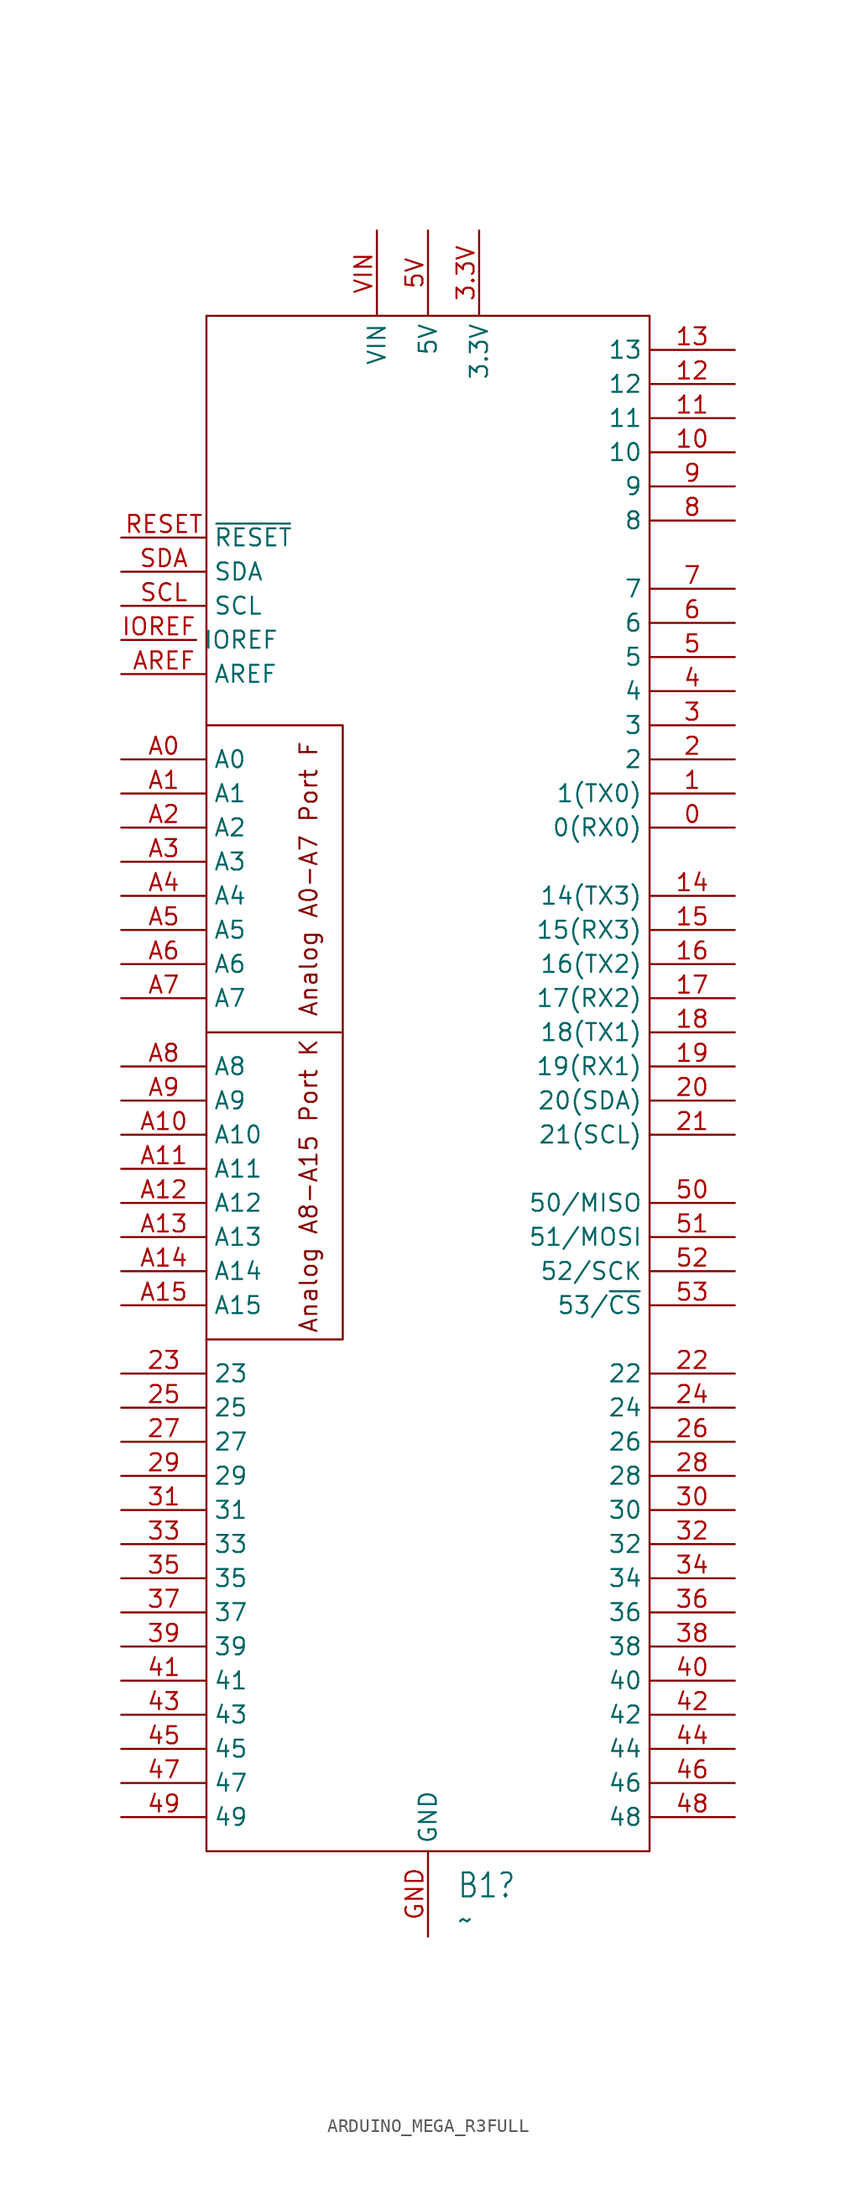
<source format=kicad_sym>
(kicad_symbol_lib
  (version 20241209)
  (generator "kicad_symbol_editor")
  (generator_version "9.0")
  (symbol "ARDUINO_MEGA_R3FULL"
    (property "Reference" "B1"
      (at 2.143 -58.42 0)
      (effects (font (size 1.778 1.511)) (justify left)))
    (property "Value" "~"
      (at 2.143 -60.96 0)
      (effects (font (size 1.778 1.511)) (justify left)))
    (property "ki_locked" ""
      (at 0 0 0)
      (effects (font (size 1.27 1.27))))
    (symbol "ARDUINO_MEGA_R3FULL_1_0"
      (pin bidirectional line (at -22.86 41.91 0) (length 6.35) (name "~{RESET}" (effects (font (size 1.27 1.27)))) (number "RESET" (effects (font (size 1.27 1.27)))))
      (pin bidirectional line (at -22.86 39.37 0) (length 6.35) (name "SDA" (effects (font (size 1.27 1.27)))) (number "SDA" (effects (font (size 1.27 1.27)))))
      (pin bidirectional line (at -22.86 36.83 0) (length 6.35) (name "SCL" (effects (font (size 1.27 1.27)))) (number "SCL" (effects (font (size 1.27 1.27)))))
      (pin bidirectional line (at -22.86 34.29 0) (length 5.588) (name "IOREF" (effects (font (size 1.27 1.27)))) (number "IOREF" (effects (font (size 1.27 1.27)))))
      (pin bidirectional line (at -22.86 31.75 0) (length 6.35) (name "AREF" (effects (font (size 1.27 1.27)))) (number "AREF" (effects (font (size 1.27 1.27)))))
      (pin input line (at -22.86 25.4 0) (length 6.35) (name "A0" (effects (font (size 1.27 1.27)))) (number "A0" (effects (font (size 1.27 1.27)))))
      (pin input line (at -22.86 22.86 0) (length 6.35) (name "A1" (effects (font (size 1.27 1.27)))) (number "A1" (effects (font (size 1.27 1.27)))))
      (pin input line (at -22.86 20.32 0) (length 6.35) (name "A2" (effects (font (size 1.27 1.27)))) (number "A2" (effects (font (size 1.27 1.27)))))
      (pin input line (at -22.86 17.78 0) (length 6.35) (name "A3" (effects (font (size 1.27 1.27)))) (number "A3" (effects (font (size 1.27 1.27)))))
      (pin input line (at -22.86 15.24 0) (length 6.35) (name "A4" (effects (font (size 1.27 1.27)))) (number "A4" (effects (font (size 1.27 1.27)))))
      (pin input line (at -22.86 12.7 0) (length 6.35) (name "A5" (effects (font (size 1.27 1.27)))) (number "A5" (effects (font (size 1.27 1.27)))))
      (pin input line (at -22.86 10.16 0) (length 6.35) (name "A6" (effects (font (size 1.27 1.27)))) (number "A6" (effects (font (size 1.27 1.27)))))
      (pin input line (at -22.86 7.62 0) (length 6.35) (name "A7" (effects (font (size 1.27 1.27)))) (number "A7" (effects (font (size 1.27 1.27)))))
      (pin input line (at -22.86 2.54 0) (length 6.35) (name "A8" (effects (font (size 1.27 1.27)))) (number "A8" (effects (font (size 1.27 1.27)))))
      (pin input line (at -22.86 0 0) (length 6.35) (name "A9" (effects (font (size 1.27 1.27)))) (number "A9" (effects (font (size 1.27 1.27)))))
      (pin input line (at -22.86 -2.54 0) (length 6.35) (name "A10" (effects (font (size 1.27 1.27)))) (number "A10" (effects (font (size 1.27 1.27)))))
      (pin input line (at -22.86 -5.08 0) (length 6.35) (name "A11" (effects (font (size 1.27 1.27)))) (number "A11" (effects (font (size 1.27 1.27)))))
      (pin input line (at -22.86 -7.62 0) (length 6.35) (name "A12" (effects (font (size 1.27 1.27)))) (number "A12" (effects (font (size 1.27 1.27)))))
      (pin input line (at -22.86 -10.16 0) (length 6.35) (name "A13" (effects (font (size 1.27 1.27)))) (number "A13" (effects (font (size 1.27 1.27)))))
      (pin input line (at -22.86 -12.7 0) (length 6.35) (name "A14" (effects (font (size 1.27 1.27)))) (number "A14" (effects (font (size 1.27 1.27)))))
      (pin input line (at -22.86 -15.24 0) (length 6.35) (name "A15" (effects (font (size 1.27 1.27)))) (number "A15" (effects (font (size 1.27 1.27)))))
      (pin bidirectional line (at -22.86 -20.32 0) (length 6.35) (name "23" (effects (font (size 1.27 1.27)))) (number "23" (effects (font (size 1.27 1.27)))))
      (pin bidirectional line (at -22.86 -22.86 0) (length 6.35) (name "25" (effects (font (size 1.27 1.27)))) (number "25" (effects (font (size 1.27 1.27)))))
      (pin bidirectional line (at -22.86 -25.4 0) (length 6.35) (name "27" (effects (font (size 1.27 1.27)))) (number "27" (effects (font (size 1.27 1.27)))))
      (pin bidirectional line (at -22.86 -27.94 0) (length 6.35) (name "29" (effects (font (size 1.27 1.27)))) (number "29" (effects (font (size 1.27 1.27)))))
      (pin bidirectional line (at -22.86 -30.48 0) (length 6.35) (name "31" (effects (font (size 1.27 1.27)))) (number "31" (effects (font (size 1.27 1.27)))))
      (pin bidirectional line (at -22.86 -33.02 0) (length 6.35) (name "33" (effects (font (size 1.27 1.27)))) (number "33" (effects (font (size 1.27 1.27)))))
      (pin bidirectional line (at -22.86 -35.56 0) (length 6.35) (name "35" (effects (font (size 1.27 1.27)))) (number "35" (effects (font (size 1.27 1.27)))))
      (pin bidirectional line (at -22.86 -38.1 0) (length 6.35) (name "37" (effects (font (size 1.27 1.27)))) (number "37" (effects (font (size 1.27 1.27)))))
      (pin bidirectional line (at -22.86 -40.64 0) (length 6.35) (name "39" (effects (font (size 1.27 1.27)))) (number "39" (effects (font (size 1.27 1.27)))))
      (pin bidirectional line (at -22.86 -43.18 0) (length 6.35) (name "41" (effects (font (size 1.27 1.27)))) (number "41" (effects (font (size 1.27 1.27)))))
      (pin bidirectional line (at -22.86 -45.72 0) (length 6.35) (name "43" (effects (font (size 1.27 1.27)))) (number "43" (effects (font (size 1.27 1.27)))))
      (pin bidirectional line (at -22.86 -48.26 0) (length 6.35) (name "45" (effects (font (size 1.27 1.27)))) (number "45" (effects (font (size 1.27 1.27)))))
      (pin bidirectional line (at -22.86 -50.8 0) (length 6.35) (name "47" (effects (font (size 1.27 1.27)))) (number "47" (effects (font (size 1.27 1.27)))))
      (pin bidirectional line (at -22.86 -53.34 0) (length 6.35) (name "49" (effects (font (size 1.27 1.27)))) (number "49" (effects (font (size 1.27 1.27)))))
      (pin power_in line (at -3.81 64.77 270) (length 6.35) (name "VIN" (effects (font (size 1.27 1.27)))) (number "VIN" (effects (font (size 1.27 1.27)))))
      (pin power_in line (at 0 64.77 270) (length 6.35) (name "5V" (effects (font (size 1.27 1.27)))) (number "5V" (effects (font (size 1.27 1.27)))))
      (pin power_in line (at 0 -62.23 90) (length 6.35) (name "GND" (effects (font (size 1.27 1.27)))) (number "GND" (effects (font (size 1.27 1.27)))))
      (pin power_in line (at 3.81 64.77 270) (length 6.35) (name "3.3V" (effects (font (size 1.27 1.27)))) (number "3.3V" (effects (font (size 1.27 1.27)))))
      (pin bidirectional line (at 22.86 55.88 180) (length 6.35) (name "13" (effects (font (size 1.27 1.27)))) (number "13" (effects (font (size 1.27 1.27)))))
      (pin bidirectional line (at 22.86 53.34 180) (length 6.35) (name "12" (effects (font (size 1.27 1.27)))) (number "12" (effects (font (size 1.27 1.27)))))
      (pin bidirectional line (at 22.86 50.8 180) (length 6.35) (name "11" (effects (font (size 1.27 1.27)))) (number "11" (effects (font (size 1.27 1.27)))))
      (pin bidirectional line (at 22.86 48.26 180) (length 6.35) (name "10" (effects (font (size 1.27 1.27)))) (number "10" (effects (font (size 1.27 1.27)))))
      (pin bidirectional line (at 22.86 45.72 180) (length 6.35) (name "9" (effects (font (size 1.27 1.27)))) (number "9" (effects (font (size 1.27 1.27)))))
      (pin bidirectional line (at 22.86 43.18 180) (length 6.35) (name "8" (effects (font (size 1.27 1.27)))) (number "8" (effects (font (size 1.27 1.27)))))
      (pin bidirectional line (at 22.86 38.1 180) (length 6.35) (name "7" (effects (font (size 1.27 1.27)))) (number "7" (effects (font (size 1.27 1.27)))))
      (pin bidirectional line (at 22.86 35.56 180) (length 6.35) (name "6" (effects (font (size 1.27 1.27)))) (number "6" (effects (font (size 1.27 1.27)))))
      (pin bidirectional line (at 22.86 33.02 180) (length 6.35) (name "5" (effects (font (size 1.27 1.27)))) (number "5" (effects (font (size 1.27 1.27)))))
      (pin bidirectional line (at 22.86 30.48 180) (length 6.35) (name "4" (effects (font (size 1.27 1.27)))) (number "4" (effects (font (size 1.27 1.27)))))
      (pin bidirectional line (at 22.86 27.94 180) (length 6.35) (name "3" (effects (font (size 1.27 1.27)))) (number "3" (effects (font (size 1.27 1.27)))))
      (pin bidirectional line (at 22.86 25.4 180) (length 6.35) (name "2" (effects (font (size 1.27 1.27)))) (number "2" (effects (font (size 1.27 1.27)))))
      (pin bidirectional line (at 22.86 22.86 180) (length 6.35) (name "1(TX0)" (effects (font (size 1.27 1.27)))) (number "1" (effects (font (size 1.27 1.27)))))
      (pin bidirectional line (at 22.86 20.32 180) (length 6.35) (name "0(RX0)" (effects (font (size 1.27 1.27)))) (number "0" (effects (font (size 1.27 1.27)))))
      (pin bidirectional line (at 22.86 15.24 180) (length 6.35) (name "14(TX3)" (effects (font (size 1.27 1.27)))) (number "14" (effects (font (size 1.27 1.27)))))
      (pin bidirectional line (at 22.86 12.7 180) (length 6.35) (name "15(RX3)" (effects (font (size 1.27 1.27)))) (number "15" (effects (font (size 1.27 1.27)))))
      (pin bidirectional line (at 22.86 10.16 180) (length 6.35) (name "16(TX2)" (effects (font (size 1.27 1.27)))) (number "16" (effects (font (size 1.27 1.27)))))
      (pin bidirectional line (at 22.86 7.62 180) (length 6.35) (name "17(RX2)" (effects (font (size 1.27 1.27)))) (number "17" (effects (font (size 1.27 1.27)))))
      (pin bidirectional line (at 22.86 5.08 180) (length 6.35) (name "18(TX1)" (effects (font (size 1.27 1.27)))) (number "18" (effects (font (size 1.27 1.27)))))
      (pin bidirectional line (at 22.86 2.54 180) (length 6.35) (name "19(RX1)" (effects (font (size 1.27 1.27)))) (number "19" (effects (font (size 1.27 1.27)))))
      (pin bidirectional line (at 22.86 0 180) (length 6.35) (name "20(SDA)" (effects (font (size 1.27 1.27)))) (number "20" (effects (font (size 1.27 1.27)))))
      (pin bidirectional line (at 22.86 -2.54 180) (length 6.35) (name "21(SCL)" (effects (font (size 1.27 1.27)))) (number "21" (effects (font (size 1.27 1.27)))))
      (pin bidirectional line (at 22.86 -7.62 180) (length 6.35) (name "50/MISO" (effects (font (size 1.27 1.27)))) (number "50" (effects (font (size 1.27 1.27)))))
      (pin bidirectional line (at 22.86 -10.16 180) (length 6.35) (name "51/MOSI" (effects (font (size 1.27 1.27)))) (number "51" (effects (font (size 1.27 1.27)))))
      (pin bidirectional line (at 22.86 -12.7 180) (length 6.35) (name "52/SCK" (effects (font (size 1.27 1.27)))) (number "52" (effects (font (size 1.27 1.27)))))
      (pin bidirectional line (at 22.86 -15.24 180) (length 6.35) (name "53/~{CS}" (effects (font (size 1.27 1.27)))) (number "53" (effects (font (size 1.27 1.27)))))
      (pin bidirectional line (at 22.86 -20.32 180) (length 6.35) (name "22" (effects (font (size 1.27 1.27)))) (number "22" (effects (font (size 1.27 1.27)))))
      (pin bidirectional line (at 22.86 -22.86 180) (length 6.35) (name "24" (effects (font (size 1.27 1.27)))) (number "24" (effects (font (size 1.27 1.27)))))
      (pin bidirectional line (at 22.86 -25.4 180) (length 6.35) (name "26" (effects (font (size 1.27 1.27)))) (number "26" (effects (font (size 1.27 1.27)))))
      (pin bidirectional line (at 22.86 -27.94 180) (length 6.35) (name "28" (effects (font (size 1.27 1.27)))) (number "28" (effects (font (size 1.27 1.27)))))
      (pin bidirectional line (at 22.86 -30.48 180) (length 6.35) (name "30" (effects (font (size 1.27 1.27)))) (number "30" (effects (font (size 1.27 1.27)))))
      (pin bidirectional line (at 22.86 -33.02 180) (length 6.35) (name "32" (effects (font (size 1.27 1.27)))) (number "32" (effects (font (size 1.27 1.27)))))
      (pin bidirectional line (at 22.86 -35.56 180) (length 6.35) (name "34" (effects (font (size 1.27 1.27)))) (number "34" (effects (font (size 1.27 1.27)))))
      (pin bidirectional line (at 22.86 -38.1 180) (length 6.35) (name "36" (effects (font (size 1.27 1.27)))) (number "36" (effects (font (size 1.27 1.27)))))
      (pin bidirectional line (at 22.86 -40.64 180) (length 6.35) (name "38" (effects (font (size 1.27 1.27)))) (number "38" (effects (font (size 1.27 1.27)))))
      (pin bidirectional line (at 22.86 -43.18 180) (length 6.35) (name "40" (effects (font (size 1.27 1.27)))) (number "40" (effects (font (size 1.27 1.27)))))
      (pin bidirectional line (at 22.86 -45.72 180) (length 6.35) (name "42" (effects (font (size 1.27 1.27)))) (number "42" (effects (font (size 1.27 1.27)))))
      (pin bidirectional line (at 22.86 -48.26 180) (length 6.35) (name "44" (effects (font (size 1.27 1.27)))) (number "44" (effects (font (size 1.27 1.27)))))
      (pin bidirectional line (at 22.86 -50.8 180) (length 6.35) (name "46" (effects (font (size 1.27 1.27)))) (number "46" (effects (font (size 1.27 1.27)))))
      (pin bidirectional line (at 22.86 -53.34 180) (length 6.35) (name "48" (effects (font (size 1.27 1.27)))) (number "48" (effects (font (size 1.27 1.27))))))
    (symbol "ARDUINO_MEGA_R3FULL_1_1"
      (rectangle (start -16.51 58.42) (end 16.51 -55.88) (stroke (width 0) (type default)) (fill (type none)))
      (polyline (pts (xy -16.51 5.08) (xy -6.35 5.08) (xy -6.35 27.94) (xy -16.51 27.94)) (stroke (width 0) (type default)) (fill (type none)))
      (polyline (pts (xy -6.35 5.08) (xy -6.35 -17.78) (xy -16.51 -17.78)) (stroke (width 0) (type default)) (fill (type none)))
      (text "Analog A0-A7 Port F" (at -8.89 16.51 900) (effects (font (size 1.27 1.27))))
      (text "Analog A8-A15 Port K" (at -8.89 -6.35 900) (effects (font (size 1.27 1.27)))))))
</source>
